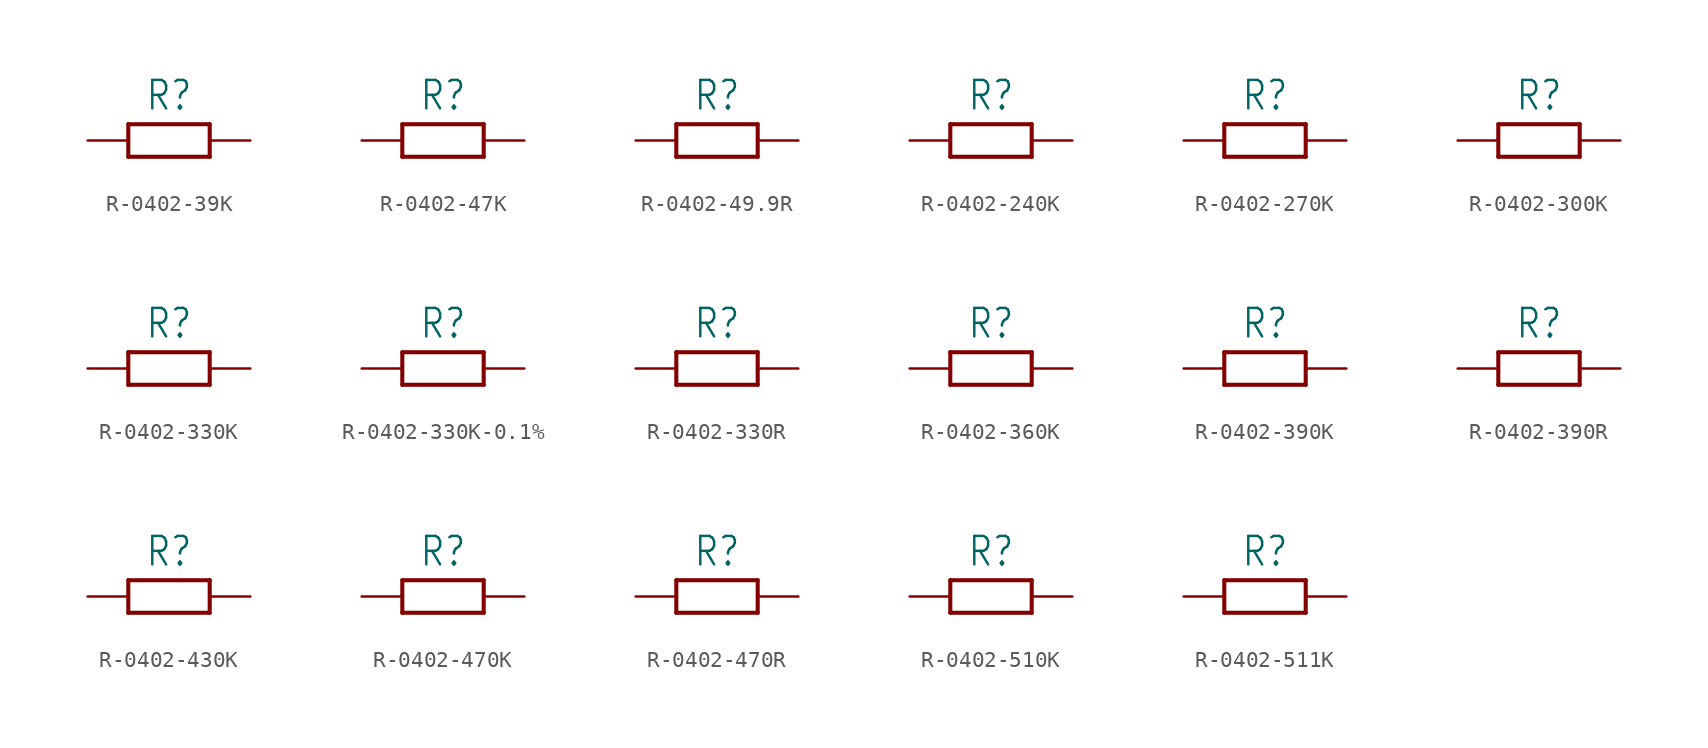
<source format=kicad_sym>
(kicad_symbol_lib
  (version 20231120)
  (generator "kicad_symbol_editor")
  (generator_version "8.0")
  (symbol "R-0402-39K"
    (property "Reference" "R"
      (at 0 1.778 0)
      (effects (font (size 1.778 1.511)) (justify bottom)))
    (property "Value" ""
      (at 0 -1.778 0)
      (effects (font (size 1.778 1.511)) (justify top)))
    (property "ki_locked" ""
      (at 0 0 0)
      (effects (font (size 1.27 1.27))))
    (symbol "R-0402-39K_1_0"
      (polyline (pts (xy -2.54 -1.016) (xy -2.54 1.016)) (stroke (width 0.254) (type solid)) (fill (type none)))
      (polyline (pts (xy -2.54 1.016) (xy 2.54 1.016)) (stroke (width 0.254) (type solid)) (fill (type none)))
      (polyline (pts (xy 2.54 -1.016) (xy -2.54 -1.016)) (stroke (width 0.254) (type solid)) (fill (type none)))
      (polyline (pts (xy 2.54 1.016) (xy 2.54 -1.016)) (stroke (width 0.254) (type solid)) (fill (type none)))
      (pin passive line (at -5.08 0 0) (length 2.54) (name "1" (effects (font (size 0 0)))) (number "1" (effects (font (size 0 0)))))
      (pin passive line (at 5.08 0 180) (length 2.54) (name "2" (effects (font (size 0 0)))) (number "2" (effects (font (size 0 0)))))))
  (symbol "R-0402-47K"
    (property "Reference" "R"
      (at 0 1.778 0)
      (effects (font (size 1.778 1.511)) (justify bottom)))
    (property "Value" ""
      (at 0 -1.778 0)
      (effects (font (size 1.778 1.511)) (justify top)))
    (property "ki_locked" ""
      (at 0 0 0)
      (effects (font (size 1.27 1.27))))
    (symbol "R-0402-47K_1_0"
      (polyline (pts (xy -2.54 -1.016) (xy -2.54 1.016)) (stroke (width 0.254) (type solid)) (fill (type none)))
      (polyline (pts (xy -2.54 1.016) (xy 2.54 1.016)) (stroke (width 0.254) (type solid)) (fill (type none)))
      (polyline (pts (xy 2.54 -1.016) (xy -2.54 -1.016)) (stroke (width 0.254) (type solid)) (fill (type none)))
      (polyline (pts (xy 2.54 1.016) (xy 2.54 -1.016)) (stroke (width 0.254) (type solid)) (fill (type none)))
      (pin passive line (at -5.08 0 0) (length 2.54) (name "1" (effects (font (size 0 0)))) (number "1" (effects (font (size 0 0)))))
      (pin passive line (at 5.08 0 180) (length 2.54) (name "2" (effects (font (size 0 0)))) (number "2" (effects (font (size 0 0)))))))
  (symbol "R-0402-49.9R"
    (property "Reference" "R"
      (at 0 1.778 0)
      (effects (font (size 1.778 1.511)) (justify bottom)))
    (property "Value" ""
      (at 0 -1.778 0)
      (effects (font (size 1.778 1.511)) (justify top)))
    (property "ki_locked" ""
      (at 0 0 0)
      (effects (font (size 1.27 1.27))))
    (symbol "R-0402-49.9R_1_0"
      (polyline (pts (xy -2.54 -1.016) (xy -2.54 1.016)) (stroke (width 0.254) (type solid)) (fill (type none)))
      (polyline (pts (xy -2.54 1.016) (xy 2.54 1.016)) (stroke (width 0.254) (type solid)) (fill (type none)))
      (polyline (pts (xy 2.54 -1.016) (xy -2.54 -1.016)) (stroke (width 0.254) (type solid)) (fill (type none)))
      (polyline (pts (xy 2.54 1.016) (xy 2.54 -1.016)) (stroke (width 0.254) (type solid)) (fill (type none)))
      (pin passive line (at -5.08 0 0) (length 2.54) (name "1" (effects (font (size 0 0)))) (number "1" (effects (font (size 0 0)))))
      (pin passive line (at 5.08 0 180) (length 2.54) (name "2" (effects (font (size 0 0)))) (number "2" (effects (font (size 0 0)))))))
  (symbol "R-0402-240K"
    (property "Reference" "R"
      (at 0 1.778 0)
      (effects (font (size 1.778 1.511)) (justify bottom)))
    (property "Value" ""
      (at 0 -1.778 0)
      (effects (font (size 1.778 1.511)) (justify top)))
    (property "ki_locked" ""
      (at 0 0 0)
      (effects (font (size 1.27 1.27))))
    (symbol "R-0402-240K_1_0"
      (polyline (pts (xy -2.54 -1.016) (xy -2.54 1.016)) (stroke (width 0.254) (type solid)) (fill (type none)))
      (polyline (pts (xy -2.54 1.016) (xy 2.54 1.016)) (stroke (width 0.254) (type solid)) (fill (type none)))
      (polyline (pts (xy 2.54 -1.016) (xy -2.54 -1.016)) (stroke (width 0.254) (type solid)) (fill (type none)))
      (polyline (pts (xy 2.54 1.016) (xy 2.54 -1.016)) (stroke (width 0.254) (type solid)) (fill (type none)))
      (pin passive line (at -5.08 0 0) (length 2.54) (name "1" (effects (font (size 0 0)))) (number "1" (effects (font (size 0 0)))))
      (pin passive line (at 5.08 0 180) (length 2.54) (name "2" (effects (font (size 0 0)))) (number "2" (effects (font (size 0 0)))))))
  (symbol "R-0402-270K"
    (property "Reference" "R"
      (at 0 1.778 0)
      (effects (font (size 1.778 1.511)) (justify bottom)))
    (property "Value" ""
      (at 0 -1.778 0)
      (effects (font (size 1.778 1.511)) (justify top)))
    (property "ki_locked" ""
      (at 0 0 0)
      (effects (font (size 1.27 1.27))))
    (symbol "R-0402-270K_1_0"
      (polyline (pts (xy -2.54 -1.016) (xy -2.54 1.016)) (stroke (width 0.254) (type solid)) (fill (type none)))
      (polyline (pts (xy -2.54 1.016) (xy 2.54 1.016)) (stroke (width 0.254) (type solid)) (fill (type none)))
      (polyline (pts (xy 2.54 -1.016) (xy -2.54 -1.016)) (stroke (width 0.254) (type solid)) (fill (type none)))
      (polyline (pts (xy 2.54 1.016) (xy 2.54 -1.016)) (stroke (width 0.254) (type solid)) (fill (type none)))
      (pin passive line (at -5.08 0 0) (length 2.54) (name "1" (effects (font (size 0 0)))) (number "1" (effects (font (size 0 0)))))
      (pin passive line (at 5.08 0 180) (length 2.54) (name "2" (effects (font (size 0 0)))) (number "2" (effects (font (size 0 0)))))))
  (symbol "R-0402-300K"
    (property "Reference" "R"
      (at 0 1.778 0)
      (effects (font (size 1.778 1.511)) (justify bottom)))
    (property "Value" ""
      (at 0 -1.778 0)
      (effects (font (size 1.778 1.511)) (justify top)))
    (property "ki_locked" ""
      (at 0 0 0)
      (effects (font (size 1.27 1.27))))
    (symbol "R-0402-300K_1_0"
      (polyline (pts (xy -2.54 -1.016) (xy -2.54 1.016)) (stroke (width 0.254) (type solid)) (fill (type none)))
      (polyline (pts (xy -2.54 1.016) (xy 2.54 1.016)) (stroke (width 0.254) (type solid)) (fill (type none)))
      (polyline (pts (xy 2.54 -1.016) (xy -2.54 -1.016)) (stroke (width 0.254) (type solid)) (fill (type none)))
      (polyline (pts (xy 2.54 1.016) (xy 2.54 -1.016)) (stroke (width 0.254) (type solid)) (fill (type none)))
      (pin passive line (at -5.08 0 0) (length 2.54) (name "1" (effects (font (size 0 0)))) (number "1" (effects (font (size 0 0)))))
      (pin passive line (at 5.08 0 180) (length 2.54) (name "2" (effects (font (size 0 0)))) (number "2" (effects (font (size 0 0)))))))
  (symbol "R-0402-330K"
    (property "Reference" "R"
      (at 0 1.778 0)
      (effects (font (size 1.778 1.511)) (justify bottom)))
    (property "Value" ""
      (at 0 -1.778 0)
      (effects (font (size 1.778 1.511)) (justify top)))
    (property "ki_locked" ""
      (at 0 0 0)
      (effects (font (size 1.27 1.27))))
    (symbol "R-0402-330K_1_0"
      (polyline (pts (xy -2.54 -1.016) (xy -2.54 1.016)) (stroke (width 0.254) (type solid)) (fill (type none)))
      (polyline (pts (xy -2.54 1.016) (xy 2.54 1.016)) (stroke (width 0.254) (type solid)) (fill (type none)))
      (polyline (pts (xy 2.54 -1.016) (xy -2.54 -1.016)) (stroke (width 0.254) (type solid)) (fill (type none)))
      (polyline (pts (xy 2.54 1.016) (xy 2.54 -1.016)) (stroke (width 0.254) (type solid)) (fill (type none)))
      (pin passive line (at -5.08 0 0) (length 2.54) (name "1" (effects (font (size 0 0)))) (number "1" (effects (font (size 0 0)))))
      (pin passive line (at 5.08 0 180) (length 2.54) (name "2" (effects (font (size 0 0)))) (number "2" (effects (font (size 0 0)))))))
  (symbol "R-0402-330K-0.1%"
    (property "Reference" "R"
      (at 0 1.778 0)
      (effects (font (size 1.778 1.511)) (justify bottom)))
    (property "Value" ""
      (at 0 -1.778 0)
      (effects (font (size 1.778 1.511)) (justify top)))
    (property "ki_locked" ""
      (at 0 0 0)
      (effects (font (size 1.27 1.27))))
    (symbol "R-0402-330K-0.1%_1_0"
      (polyline (pts (xy -2.54 -1.016) (xy -2.54 1.016)) (stroke (width 0.254) (type solid)) (fill (type none)))
      (polyline (pts (xy -2.54 1.016) (xy 2.54 1.016)) (stroke (width 0.254) (type solid)) (fill (type none)))
      (polyline (pts (xy 2.54 -1.016) (xy -2.54 -1.016)) (stroke (width 0.254) (type solid)) (fill (type none)))
      (polyline (pts (xy 2.54 1.016) (xy 2.54 -1.016)) (stroke (width 0.254) (type solid)) (fill (type none)))
      (pin passive line (at -5.08 0 0) (length 2.54) (name "1" (effects (font (size 0 0)))) (number "1" (effects (font (size 0 0)))))
      (pin passive line (at 5.08 0 180) (length 2.54) (name "2" (effects (font (size 0 0)))) (number "2" (effects (font (size 0 0)))))))
  (symbol "R-0402-330R"
    (property "Reference" "R"
      (at 0 1.778 0)
      (effects (font (size 1.778 1.511)) (justify bottom)))
    (property "Value" ""
      (at 0 -1.778 0)
      (effects (font (size 1.778 1.511)) (justify top)))
    (property "ki_locked" ""
      (at 0 0 0)
      (effects (font (size 1.27 1.27))))
    (symbol "R-0402-330R_1_0"
      (polyline (pts (xy -2.54 -1.016) (xy -2.54 1.016)) (stroke (width 0.254) (type solid)) (fill (type none)))
      (polyline (pts (xy -2.54 1.016) (xy 2.54 1.016)) (stroke (width 0.254) (type solid)) (fill (type none)))
      (polyline (pts (xy 2.54 -1.016) (xy -2.54 -1.016)) (stroke (width 0.254) (type solid)) (fill (type none)))
      (polyline (pts (xy 2.54 1.016) (xy 2.54 -1.016)) (stroke (width 0.254) (type solid)) (fill (type none)))
      (pin passive line (at -5.08 0 0) (length 2.54) (name "1" (effects (font (size 0 0)))) (number "1" (effects (font (size 0 0)))))
      (pin passive line (at 5.08 0 180) (length 2.54) (name "2" (effects (font (size 0 0)))) (number "2" (effects (font (size 0 0)))))))
  (symbol "R-0402-360K"
    (property "Reference" "R"
      (at 0 1.778 0)
      (effects (font (size 1.778 1.511)) (justify bottom)))
    (property "Value" ""
      (at 0 -1.778 0)
      (effects (font (size 1.778 1.511)) (justify top)))
    (property "ki_locked" ""
      (at 0 0 0)
      (effects (font (size 1.27 1.27))))
    (symbol "R-0402-360K_1_0"
      (polyline (pts (xy -2.54 -1.016) (xy -2.54 1.016)) (stroke (width 0.254) (type solid)) (fill (type none)))
      (polyline (pts (xy -2.54 1.016) (xy 2.54 1.016)) (stroke (width 0.254) (type solid)) (fill (type none)))
      (polyline (pts (xy 2.54 -1.016) (xy -2.54 -1.016)) (stroke (width 0.254) (type solid)) (fill (type none)))
      (polyline (pts (xy 2.54 1.016) (xy 2.54 -1.016)) (stroke (width 0.254) (type solid)) (fill (type none)))
      (pin passive line (at -5.08 0 0) (length 2.54) (name "1" (effects (font (size 0 0)))) (number "1" (effects (font (size 0 0)))))
      (pin passive line (at 5.08 0 180) (length 2.54) (name "2" (effects (font (size 0 0)))) (number "2" (effects (font (size 0 0)))))))
  (symbol "R-0402-390K"
    (property "Reference" "R"
      (at 0 1.778 0)
      (effects (font (size 1.778 1.511)) (justify bottom)))
    (property "Value" ""
      (at 0 -1.778 0)
      (effects (font (size 1.778 1.511)) (justify top)))
    (property "ki_locked" ""
      (at 0 0 0)
      (effects (font (size 1.27 1.27))))
    (symbol "R-0402-390K_1_0"
      (polyline (pts (xy -2.54 -1.016) (xy -2.54 1.016)) (stroke (width 0.254) (type solid)) (fill (type none)))
      (polyline (pts (xy -2.54 1.016) (xy 2.54 1.016)) (stroke (width 0.254) (type solid)) (fill (type none)))
      (polyline (pts (xy 2.54 -1.016) (xy -2.54 -1.016)) (stroke (width 0.254) (type solid)) (fill (type none)))
      (polyline (pts (xy 2.54 1.016) (xy 2.54 -1.016)) (stroke (width 0.254) (type solid)) (fill (type none)))
      (pin passive line (at -5.08 0 0) (length 2.54) (name "1" (effects (font (size 0 0)))) (number "1" (effects (font (size 0 0)))))
      (pin passive line (at 5.08 0 180) (length 2.54) (name "2" (effects (font (size 0 0)))) (number "2" (effects (font (size 0 0)))))))
  (symbol "R-0402-390R"
    (property "Reference" "R"
      (at 0 1.778 0)
      (effects (font (size 1.778 1.511)) (justify bottom)))
    (property "Value" ""
      (at 0 -1.778 0)
      (effects (font (size 1.778 1.511)) (justify top)))
    (property "ki_locked" ""
      (at 0 0 0)
      (effects (font (size 1.27 1.27))))
    (symbol "R-0402-390R_1_0"
      (polyline (pts (xy -2.54 -1.016) (xy -2.54 1.016)) (stroke (width 0.254) (type solid)) (fill (type none)))
      (polyline (pts (xy -2.54 1.016) (xy 2.54 1.016)) (stroke (width 0.254) (type solid)) (fill (type none)))
      (polyline (pts (xy 2.54 -1.016) (xy -2.54 -1.016)) (stroke (width 0.254) (type solid)) (fill (type none)))
      (polyline (pts (xy 2.54 1.016) (xy 2.54 -1.016)) (stroke (width 0.254) (type solid)) (fill (type none)))
      (pin passive line (at -5.08 0 0) (length 2.54) (name "1" (effects (font (size 0 0)))) (number "1" (effects (font (size 0 0)))))
      (pin passive line (at 5.08 0 180) (length 2.54) (name "2" (effects (font (size 0 0)))) (number "2" (effects (font (size 0 0)))))))
  (symbol "R-0402-430K"
    (property "Reference" "R"
      (at 0 1.778 0)
      (effects (font (size 1.778 1.511)) (justify bottom)))
    (property "Value" ""
      (at 0 -1.778 0)
      (effects (font (size 1.778 1.511)) (justify top)))
    (property "ki_locked" ""
      (at 0 0 0)
      (effects (font (size 1.27 1.27))))
    (symbol "R-0402-430K_1_0"
      (polyline (pts (xy -2.54 -1.016) (xy -2.54 1.016)) (stroke (width 0.254) (type solid)) (fill (type none)))
      (polyline (pts (xy -2.54 1.016) (xy 2.54 1.016)) (stroke (width 0.254) (type solid)) (fill (type none)))
      (polyline (pts (xy 2.54 -1.016) (xy -2.54 -1.016)) (stroke (width 0.254) (type solid)) (fill (type none)))
      (polyline (pts (xy 2.54 1.016) (xy 2.54 -1.016)) (stroke (width 0.254) (type solid)) (fill (type none)))
      (pin passive line (at -5.08 0 0) (length 2.54) (name "1" (effects (font (size 0 0)))) (number "1" (effects (font (size 0 0)))))
      (pin passive line (at 5.08 0 180) (length 2.54) (name "2" (effects (font (size 0 0)))) (number "2" (effects (font (size 0 0)))))))
  (symbol "R-0402-470K"
    (property "Reference" "R"
      (at 0 1.778 0)
      (effects (font (size 1.778 1.511)) (justify bottom)))
    (property "Value" ""
      (at 0 -1.778 0)
      (effects (font (size 1.778 1.511)) (justify top)))
    (property "ki_locked" ""
      (at 0 0 0)
      (effects (font (size 1.27 1.27))))
    (symbol "R-0402-470K_1_0"
      (polyline (pts (xy -2.54 -1.016) (xy -2.54 1.016)) (stroke (width 0.254) (type solid)) (fill (type none)))
      (polyline (pts (xy -2.54 1.016) (xy 2.54 1.016)) (stroke (width 0.254) (type solid)) (fill (type none)))
      (polyline (pts (xy 2.54 -1.016) (xy -2.54 -1.016)) (stroke (width 0.254) (type solid)) (fill (type none)))
      (polyline (pts (xy 2.54 1.016) (xy 2.54 -1.016)) (stroke (width 0.254) (type solid)) (fill (type none)))
      (pin passive line (at -5.08 0 0) (length 2.54) (name "1" (effects (font (size 0 0)))) (number "1" (effects (font (size 0 0)))))
      (pin passive line (at 5.08 0 180) (length 2.54) (name "2" (effects (font (size 0 0)))) (number "2" (effects (font (size 0 0)))))))
  (symbol "R-0402-470R"
    (property "Reference" "R"
      (at 0 1.778 0)
      (effects (font (size 1.778 1.511)) (justify bottom)))
    (property "Value" ""
      (at 0 -1.778 0)
      (effects (font (size 1.778 1.511)) (justify top)))
    (property "ki_locked" ""
      (at 0 0 0)
      (effects (font (size 1.27 1.27))))
    (symbol "R-0402-470R_1_0"
      (polyline (pts (xy -2.54 -1.016) (xy -2.54 1.016)) (stroke (width 0.254) (type solid)) (fill (type none)))
      (polyline (pts (xy -2.54 1.016) (xy 2.54 1.016)) (stroke (width 0.254) (type solid)) (fill (type none)))
      (polyline (pts (xy 2.54 -1.016) (xy -2.54 -1.016)) (stroke (width 0.254) (type solid)) (fill (type none)))
      (polyline (pts (xy 2.54 1.016) (xy 2.54 -1.016)) (stroke (width 0.254) (type solid)) (fill (type none)))
      (pin passive line (at -5.08 0 0) (length 2.54) (name "1" (effects (font (size 0 0)))) (number "1" (effects (font (size 0 0)))))
      (pin passive line (at 5.08 0 180) (length 2.54) (name "2" (effects (font (size 0 0)))) (number "2" (effects (font (size 0 0)))))))
  (symbol "R-0402-510K"
    (property "Reference" "R"
      (at 0 1.778 0)
      (effects (font (size 1.778 1.511)) (justify bottom)))
    (property "Value" ""
      (at 0 -1.778 0)
      (effects (font (size 1.778 1.511)) (justify top)))
    (property "ki_locked" ""
      (at 0 0 0)
      (effects (font (size 1.27 1.27))))
    (symbol "R-0402-510K_1_0"
      (polyline (pts (xy -2.54 -1.016) (xy -2.54 1.016)) (stroke (width 0.254) (type solid)) (fill (type none)))
      (polyline (pts (xy -2.54 1.016) (xy 2.54 1.016)) (stroke (width 0.254) (type solid)) (fill (type none)))
      (polyline (pts (xy 2.54 -1.016) (xy -2.54 -1.016)) (stroke (width 0.254) (type solid)) (fill (type none)))
      (polyline (pts (xy 2.54 1.016) (xy 2.54 -1.016)) (stroke (width 0.254) (type solid)) (fill (type none)))
      (pin passive line (at -5.08 0 0) (length 2.54) (name "1" (effects (font (size 0 0)))) (number "1" (effects (font (size 0 0)))))
      (pin passive line (at 5.08 0 180) (length 2.54) (name "2" (effects (font (size 0 0)))) (number "2" (effects (font (size 0 0)))))))
  (symbol "R-0402-511K"
    (property "Reference" "R"
      (at 0 1.778 0)
      (effects (font (size 1.778 1.511)) (justify bottom)))
    (property "Value" ""
      (at 0 -1.778 0)
      (effects (font (size 1.778 1.511)) (justify top)))
    (property "ki_locked" ""
      (at 0 0 0)
      (effects (font (size 1.27 1.27))))
    (symbol "R-0402-511K_1_0"
      (polyline (pts (xy -2.54 -1.016) (xy -2.54 1.016)) (stroke (width 0.254) (type solid)) (fill (type none)))
      (polyline (pts (xy -2.54 1.016) (xy 2.54 1.016)) (stroke (width 0.254) (type solid)) (fill (type none)))
      (polyline (pts (xy 2.54 -1.016) (xy -2.54 -1.016)) (stroke (width 0.254) (type solid)) (fill (type none)))
      (polyline (pts (xy 2.54 1.016) (xy 2.54 -1.016)) (stroke (width 0.254) (type solid)) (fill (type none)))
      (pin passive line (at -5.08 0 0) (length 2.54) (name "1" (effects (font (size 0 0)))) (number "1" (effects (font (size 0 0)))))
      (pin passive line (at 5.08 0 180) (length 2.54) (name "2" (effects (font (size 0 0)))) (number "2" (effects (font (size 0 0))))))))
</source>
